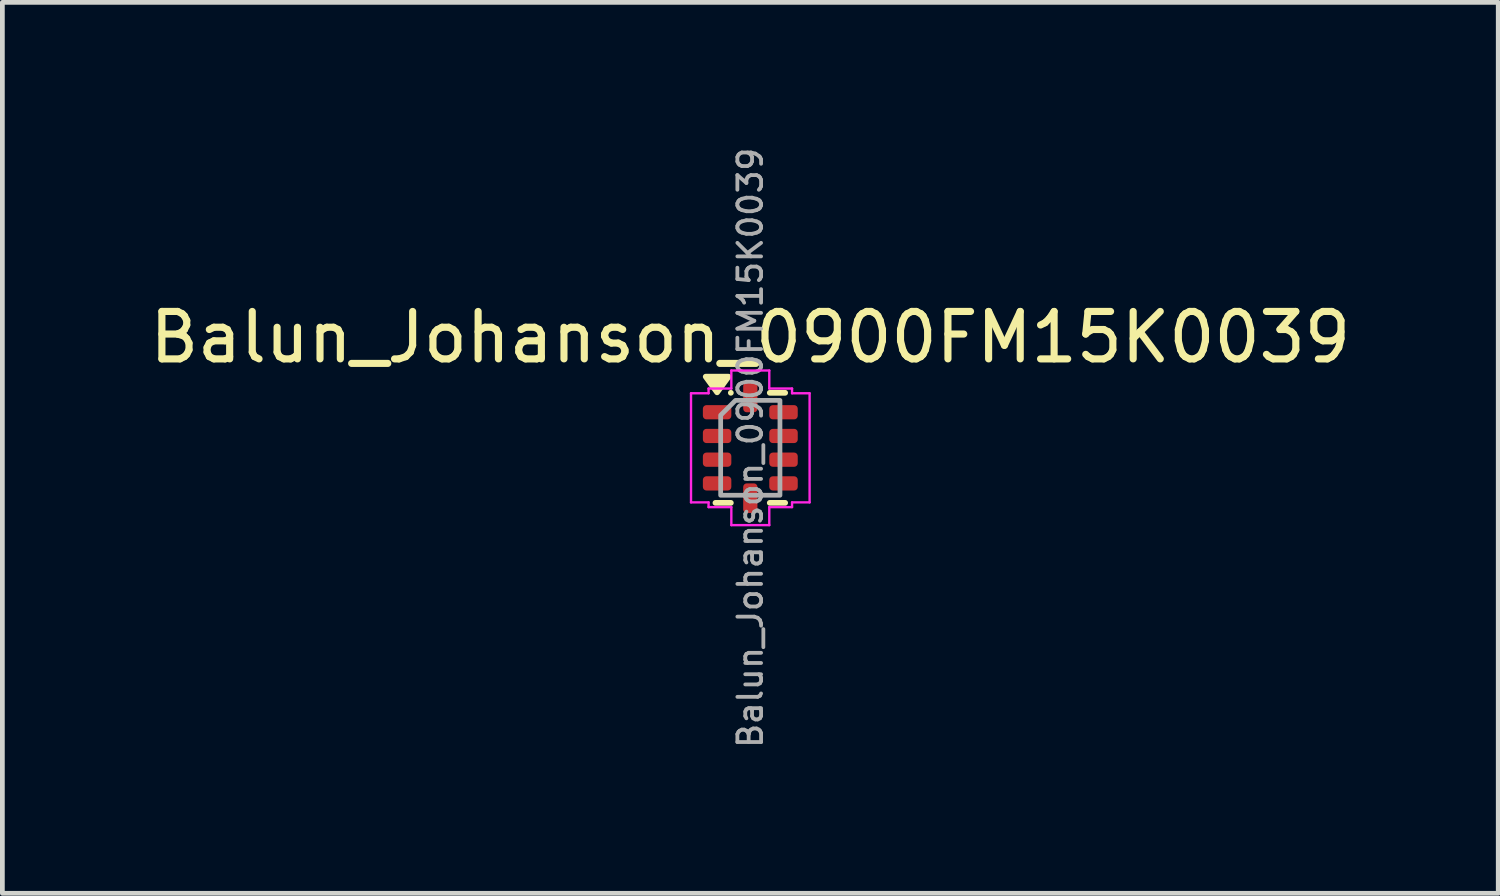
<source format=kicad_pcb>
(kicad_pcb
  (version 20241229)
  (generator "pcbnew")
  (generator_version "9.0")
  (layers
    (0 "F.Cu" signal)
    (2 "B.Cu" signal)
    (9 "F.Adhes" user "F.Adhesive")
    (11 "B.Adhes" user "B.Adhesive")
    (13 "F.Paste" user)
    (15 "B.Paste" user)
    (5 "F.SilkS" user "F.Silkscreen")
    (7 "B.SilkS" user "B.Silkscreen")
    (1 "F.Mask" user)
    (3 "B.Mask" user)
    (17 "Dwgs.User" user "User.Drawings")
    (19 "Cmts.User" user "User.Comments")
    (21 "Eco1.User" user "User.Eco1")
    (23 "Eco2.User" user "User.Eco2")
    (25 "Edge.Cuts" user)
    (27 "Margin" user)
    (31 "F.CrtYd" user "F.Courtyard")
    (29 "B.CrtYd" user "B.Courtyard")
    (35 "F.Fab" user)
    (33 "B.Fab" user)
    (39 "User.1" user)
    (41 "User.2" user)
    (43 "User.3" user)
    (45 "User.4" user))
  (footprint "Balun_Johanson_0900FM15K0039"
    (layer "F.Cu")
    (at 12.768 6.391)
    (property "Reference" "Balun_Johanson_0900FM15K0039" (at 0 -2.33 0) (layer "F.SilkS") (effects (font (size 1 1) (thickness 0.15))))
    (attr smd)
    (fp_line (start -0.411 -1.16) (end -0.41 -1.16) (stroke (width 0.12) (type solid)) (layer "F.SilkS"))
    (fp_line (start -0.41 1.16) (end -0.735 1.16) (stroke (width 0.12) (type solid)) (layer "F.SilkS"))
    (fp_line (start 0.41 -1.16) (end 0.735 -1.16) (stroke (width 0.12) (type solid)) (layer "F.SilkS"))
    (fp_line (start 0.735 1.16) (end 0.41 1.16) (stroke (width 0.12) (type solid)) (layer "F.SilkS"))
    (fp_poly (pts (xy -0.7 -1.17) (xy -0.94 -1.5) (xy -0.46 -1.5)) (stroke (width 0.12) (type solid)) (fill yes) (layer "F.SilkS"))
    (fp_line (start -1.25 -1.15) (end -0.88 -1.15) (stroke (width 0.05) (type solid)) (layer "F.CrtYd"))
    (fp_line (start -1.25 1.15) (end -1.25 -1.15) (stroke (width 0.05) (type solid)) (layer "F.CrtYd"))
    (fp_line (start -0.88 -1.25) (end -0.4 -1.25) (stroke (width 0.05) (type solid)) (layer "F.CrtYd"))
    (fp_line (start -0.88 -1.15) (end -0.88 -1.25) (stroke (width 0.05) (type solid)) (layer "F.CrtYd"))
    (fp_line (start -0.88 1.15) (end -1.25 1.15) (stroke (width 0.05) (type solid)) (layer "F.CrtYd"))
    (fp_line (start -0.88 1.25) (end -0.88 1.15) (stroke (width 0.05) (type solid)) (layer "F.CrtYd"))
    (fp_line (start -0.4 -1.63) (end 0.4 -1.63) (stroke (width 0.05) (type solid)) (layer "F.CrtYd"))
    (fp_line (start -0.4 -1.25) (end -0.4 -1.63) (stroke (width 0.05) (type solid)) (layer "F.CrtYd"))
    (fp_line (start -0.4 1.25) (end -0.88 1.25) (stroke (width 0.05) (type solid)) (layer "F.CrtYd"))
    (fp_line (start -0.4 1.63) (end -0.4 1.25) (stroke (width 0.05) (type solid)) (layer "F.CrtYd"))
    (fp_line (start 0.4 -1.63) (end 0.4 -1.25) (stroke (width 0.05) (type solid)) (layer "F.CrtYd"))
    (fp_line (start 0.4 -1.25) (end 0.88 -1.25) (stroke (width 0.05) (type solid)) (layer "F.CrtYd"))
    (fp_line (start 0.4 1.25) (end 0.4 1.63) (stroke (width 0.05) (type solid)) (layer "F.CrtYd"))
    (fp_line (start 0.4 1.63) (end -0.4 1.63) (stroke (width 0.05) (type solid)) (layer "F.CrtYd"))
    (fp_line (start 0.88 -1.25) (end 0.88 -1.15) (stroke (width 0.05) (type solid)) (layer "F.CrtYd"))
    (fp_line (start 0.88 -1.15) (end 1.25 -1.15) (stroke (width 0.05) (type solid)) (layer "F.CrtYd"))
    (fp_line (start 0.88 1.15) (end 0.88 1.25) (stroke (width 0.05) (type solid)) (layer "F.CrtYd"))
    (fp_line (start 0.88 1.25) (end 0.4 1.25) (stroke (width 0.05) (type solid)) (layer "F.CrtYd"))
    (fp_line (start 1.25 -1.15) (end 1.25 1.15) (stroke (width 0.05) (type solid)) (layer "F.CrtYd"))
    (fp_line (start 1.25 1.15) (end 0.88 1.15) (stroke (width 0.05) (type solid)) (layer "F.CrtYd"))
    (fp_poly (pts (xy -0.625 -0.688) (xy -0.625 1) (xy 0.625 1) (xy 0.625 -1) (xy -0.312 -1)) (stroke (width 0.1) (type solid)) (fill no) (layer "F.Fab"))
    (fp_text user "${REFERENCE}" (at 0 0 90) (layer "F.Fab") (effects (font (size 0.5 0.5) (thickness 0.08))))
    (pad "1" smd roundrect (at -0.7 -0.75) (size 0.6 0.3) (layers "F.Cu" "F.Mask" "F.Paste") (roundrect_rratio 0.25))
    (pad "2" smd roundrect (at -0.7 -0.25) (size 0.6 0.3) (layers "F.Cu" "F.Mask" "F.Paste") (roundrect_rratio 0.25))
    (pad "3" smd roundrect (at -0.7 0.25) (size 0.6 0.3) (layers "F.Cu" "F.Mask" "F.Paste") (roundrect_rratio 0.25))
    (pad "4" smd roundrect (at -0.7 0.75) (size 0.6 0.3) (layers "F.Cu" "F.Mask" "F.Paste") (roundrect_rratio 0.25))
    (pad "5" smd roundrect (at 0 1.062) (size 0.3 0.625) (layers "F.Cu" "F.Mask" "F.Paste") (roundrect_rratio 0.25))
    (pad "6" smd roundrect (at 0.7 0.75) (size 0.6 0.3) (layers "F.Cu" "F.Mask" "F.Paste") (roundrect_rratio 0.25))
    (pad "7" smd roundrect (at 0.7 0.25) (size 0.6 0.3) (layers "F.Cu" "F.Mask" "F.Paste") (roundrect_rratio 0.25))
    (pad "8" smd roundrect (at 0.7 -0.25) (size 0.6 0.3) (layers "F.Cu" "F.Mask" "F.Paste") (roundrect_rratio 0.25))
    (pad "9" smd roundrect (at 0.7 -0.75) (size 0.6 0.3) (layers "F.Cu" "F.Mask" "F.Paste") (roundrect_rratio 0.25))
    (pad "10" smd roundrect (at 0 -1.062) (size 0.3 0.625) (layers "F.Cu" "F.Mask" "F.Paste") (roundrect_rratio 0.25)))
  (gr_rect
    (start -3 -3)
    (end 28.536 15.783)
    (stroke (width 0.1) (type default))
    (fill no)
    (layer "Edge.Cuts")))
</source>
